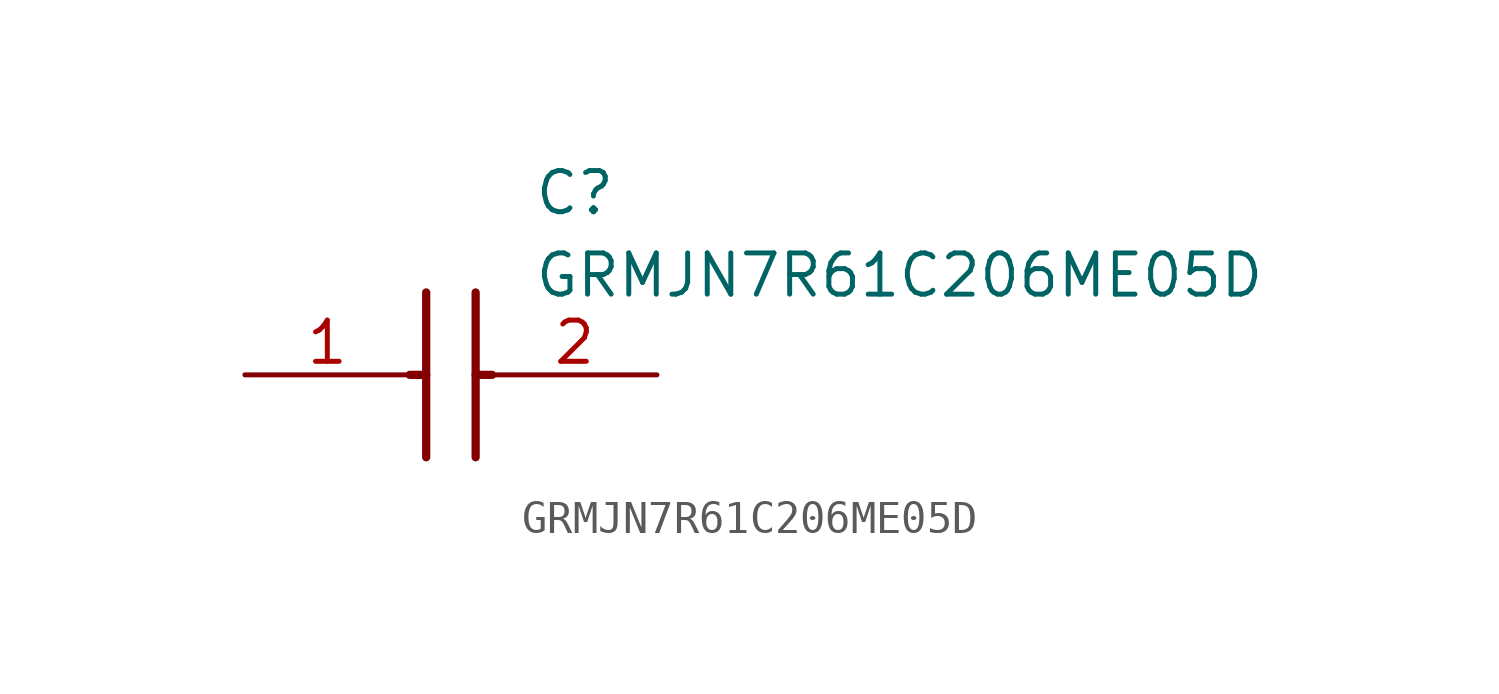
<source format=kicad_sym>
(kicad_symbol_lib
  (version 20241209)
  (generator "kicad_symbol_editor")
  (generator_version "9.0")
  (symbol "GRMJN7R61C206ME05D"
    (pin_names
      (hide yes))
    (property "Reference" "C"
      (at 8.89 6.35 0)
      (effects (font (size 1.27 1.27)) (justify left top)))
    (property "Value" "GRMJN7R61C206ME05D"
      (at 8.89 3.81 0)
      (effects (font (size 1.27 1.27)) (justify left top)))
    (symbol "GRMJN7R61C206ME05D_1_1"
      (polyline (pts (xy 5.08 0) (xy 5.588 0)) (stroke (width 0.254) (type default)) (fill (type none)))
      (polyline (pts (xy 5.588 2.54) (xy 5.588 -2.54)) (stroke (width 0.254) (type default)) (fill (type none)))
      (polyline (pts (xy 7.112 2.54) (xy 7.112 -2.54)) (stroke (width 0.254) (type default)) (fill (type none)))
      (polyline (pts (xy 7.112 0) (xy 7.62 0)) (stroke (width 0.254) (type default)) (fill (type none)))
      (pin passive line (at 0 0 0) (length 5.08) (name "1" (effects (font (size 1.27 1.27)))) (number "1" (effects (font (size 1.27 1.27)))))
      (pin passive line (at 12.7 0 180) (length 5.08) (name "2" (effects (font (size 1.27 1.27)))) (number "2" (effects (font (size 1.27 1.27))))))))
</source>
